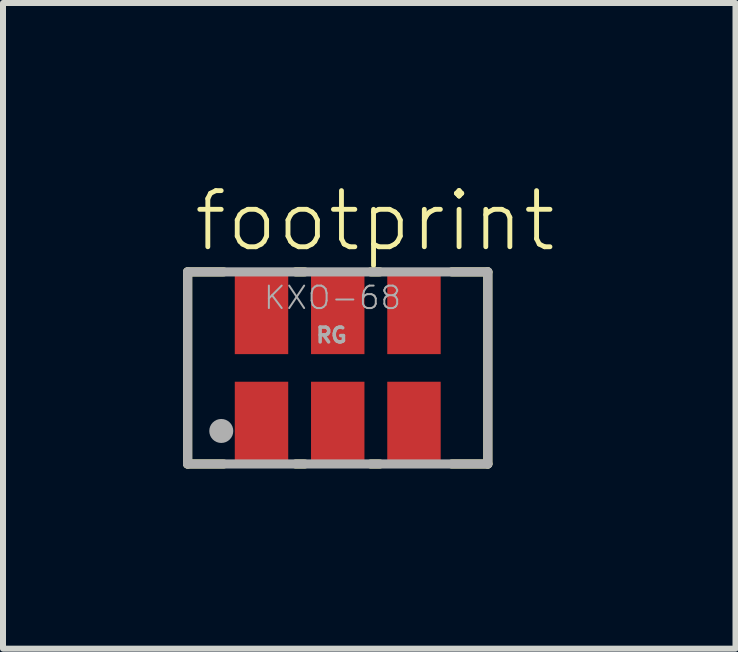
<source format=kicad_pcb>
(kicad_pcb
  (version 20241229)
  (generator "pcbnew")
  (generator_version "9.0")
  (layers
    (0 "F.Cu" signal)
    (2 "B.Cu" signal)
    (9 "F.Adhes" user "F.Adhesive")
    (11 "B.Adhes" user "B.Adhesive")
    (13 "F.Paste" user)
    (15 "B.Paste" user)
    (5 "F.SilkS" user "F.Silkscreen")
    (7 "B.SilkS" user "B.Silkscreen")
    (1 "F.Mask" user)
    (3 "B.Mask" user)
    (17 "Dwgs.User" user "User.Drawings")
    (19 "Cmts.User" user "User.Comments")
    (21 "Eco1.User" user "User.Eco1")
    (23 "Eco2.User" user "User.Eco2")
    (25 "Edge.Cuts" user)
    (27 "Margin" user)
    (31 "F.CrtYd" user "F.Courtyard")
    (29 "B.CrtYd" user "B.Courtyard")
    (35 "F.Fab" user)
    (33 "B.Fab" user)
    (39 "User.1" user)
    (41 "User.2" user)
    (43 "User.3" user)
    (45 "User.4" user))
  (footprint "footprint"
    (layer "F.Cu")
    (at 2.576 3.079)
    (property "Reference" "footprint" (at -2.44 -1.9 0) (layer "F.SilkS") (effects (font (size 0.935 0.935) (thickness 0.081)) (justify left bottom)))
    (fp_line (start -2.5 -1.6) (end -2.5 1.6) (stroke (width 0.152) (type solid)) (layer "F.SilkS"))
    (fp_line (start -2.5 1.6) (end -1.9 1.6) (stroke (width 0.152) (type solid)) (layer "F.SilkS"))
    (fp_line (start -1.9 -1.6) (end -2.5 -1.6) (stroke (width 0.152) (type solid)) (layer "F.SilkS"))
    (fp_line (start -0.7 -1.6) (end -0.55 -1.6) (stroke (width 0.152) (type solid)) (layer "F.SilkS"))
    (fp_line (start -0.7 1.6) (end -0.55 1.6) (stroke (width 0.152) (type solid)) (layer "F.SilkS"))
    (fp_line (start 0.55 -1.6) (end 0.7 -1.6) (stroke (width 0.152) (type solid)) (layer "F.SilkS"))
    (fp_line (start 0.55 1.6) (end 0.7 1.6) (stroke (width 0.152) (type solid)) (layer "F.SilkS"))
    (fp_line (start 1.9 -1.6) (end 2.5 -1.6) (stroke (width 0.152) (type solid)) (layer "F.SilkS"))
    (fp_line (start 2.5 -1.6) (end 2.5 1.6) (stroke (width 0.152) (type solid)) (layer "F.SilkS"))
    (fp_line (start 2.5 1.6) (end 1.9 1.6) (stroke (width 0.152) (type solid)) (layer "F.SilkS"))
    (fp_line (start -2.5 -1.6) (end -2.5 1.6) (stroke (width 0.152) (type solid)) (layer "F.Fab"))
    (fp_line (start -2.5 1.6) (end 2.5 1.6) (stroke (width 0.152) (type solid)) (layer "F.Fab"))
    (fp_line (start 2.5 -1.6) (end -2.5 -1.6) (stroke (width 0.152) (type solid)) (layer "F.Fab"))
    (fp_line (start 2.5 1.6) (end 2.5 -1.6) (stroke (width 0.152) (type solid)) (layer "F.Fab"))
    (fp_circle (center -1.94 1.05) (end -1.84 1.05) (stroke (width 0.2) (type solid)) (fill no) (layer "F.Fab"))
    (fp_text user "RG" (at -0.39 -0.4 0) (layer "F.Fab") (effects (font (size 0.247 0.247) (thickness 0.058)) (justify left bottom)))
    (fp_text user "KXO-68" (at -1.258 -0.95 0) (layer "F.Fab") (effects (font (size 0.374 0.374) (thickness 0.033)) (justify left bottom)))
    (pad "1" smd rect (at -1.27 0.935) (size 0.89 1.41) (layers "F.Cu" "F.Mask" "F.Paste"))
    (pad "2" smd rect (at 0 0.935) (size 0.89 1.41) (layers "F.Cu" "F.Mask" "F.Paste"))
    (pad "3" smd rect (at 1.27 0.935) (size 0.89 1.41) (layers "F.Cu" "F.Mask" "F.Paste"))
    (pad "4" smd rect (at 1.27 -0.935) (size 0.89 1.41) (layers "F.Cu" "F.Mask" "F.Paste"))
    (pad "5" smd rect (at 0 -0.935) (size 0.89 1.41) (layers "F.Cu" "F.Mask" "F.Paste"))
    (pad "6" smd rect (at -1.27 -0.935) (size 0.89 1.41) (layers "F.Cu" "F.Mask" "F.Paste")))
  (gr_rect
    (start -3 -3)
    (end 9.202 7.755)
    (stroke (width 0.1) (type default))
    (fill no)
    (layer "Edge.Cuts")))
</source>
